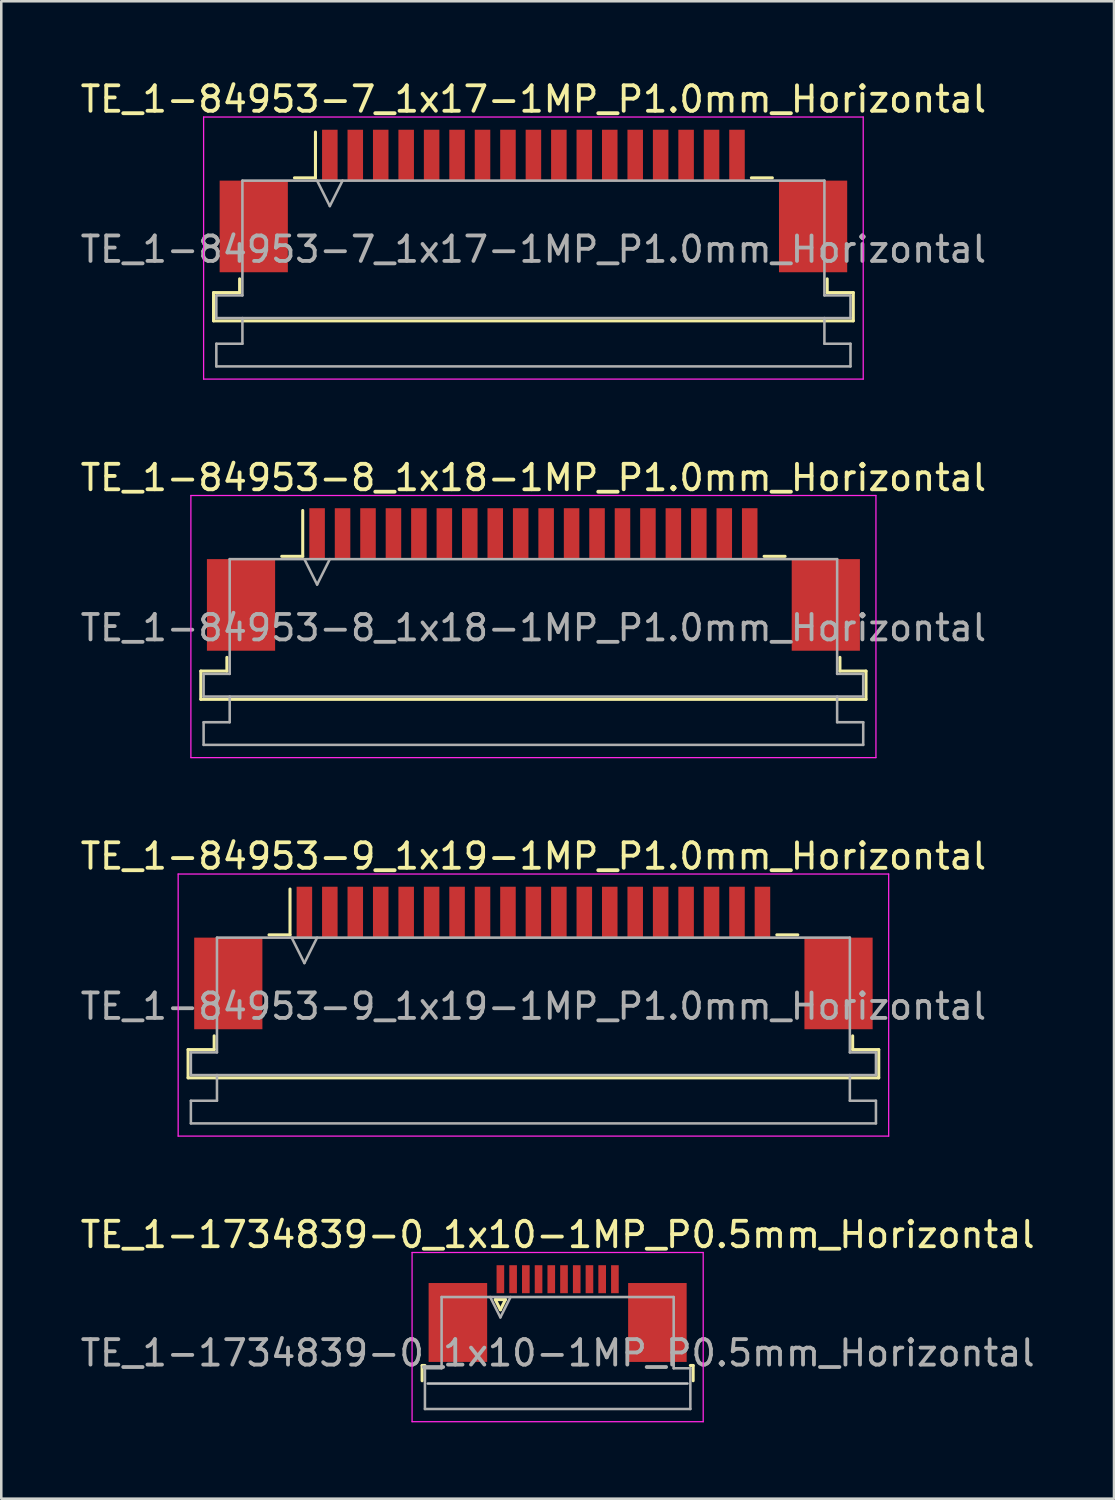
<source format=kicad_pcb>
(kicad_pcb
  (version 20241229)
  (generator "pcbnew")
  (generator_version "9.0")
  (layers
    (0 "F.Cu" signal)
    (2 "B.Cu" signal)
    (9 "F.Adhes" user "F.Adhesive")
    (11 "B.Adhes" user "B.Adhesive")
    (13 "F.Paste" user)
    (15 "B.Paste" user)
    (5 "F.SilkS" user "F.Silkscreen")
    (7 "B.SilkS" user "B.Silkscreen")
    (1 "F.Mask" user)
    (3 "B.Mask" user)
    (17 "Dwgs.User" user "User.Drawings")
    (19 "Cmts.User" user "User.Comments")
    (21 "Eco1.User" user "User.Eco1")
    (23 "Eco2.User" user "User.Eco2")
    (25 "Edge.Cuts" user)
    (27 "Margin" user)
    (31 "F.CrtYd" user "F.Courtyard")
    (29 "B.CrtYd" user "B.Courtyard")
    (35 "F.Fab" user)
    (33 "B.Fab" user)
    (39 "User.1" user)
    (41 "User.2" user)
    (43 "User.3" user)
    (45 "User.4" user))
  (footprint "TE_1-1734839-0_1x10-1MP_P0.5mm_Horizontal"
    (layer "F.Cu")
    (at 18.863 48.568)
    (property "Reference" "TE_1-1734839-0_1x10-1MP_P0.5mm_Horizontal" (at 0 -3.1 0) (layer "F.SilkS") (effects (font (size 1 1) (thickness 0.15))))
    (attr smd)
    (fp_line (start -5.325 2.04) (end -5.325 2.64) (stroke (width 0.12) (type solid)) (layer "F.SilkS"))
    (fp_line (start -5.215 2.04) (end -5.325 2.04) (stroke (width 0.12) (type solid)) (layer "F.SilkS"))
    (fp_line (start -2.45 -0.55) (end -2.25 -0.15) (stroke (width 0.12) (type solid)) (layer "F.SilkS"))
    (fp_line (start -2.25 -0.15) (end -2.05 -0.55) (stroke (width 0.12) (type solid)) (layer "F.SilkS"))
    (fp_line (start -2.05 -0.55) (end -2.45 -0.55) (stroke (width 0.12) (type solid)) (layer "F.SilkS"))
    (fp_line (start 5.215 2.04) (end 5.325 2.04) (stroke (width 0.12) (type solid)) (layer "F.SilkS"))
    (fp_line (start 5.325 2.04) (end 5.325 2.64) (stroke (width 0.12) (type solid)) (layer "F.SilkS"))
    (fp_line (start 5.105 2.75) (end -5.105 2.75) (stroke (width 0.1) (type solid)) (layer "Dwgs.User"))
    (fp_line (start -5.72 -2.4) (end -5.72 4.25) (stroke (width 0.05) (type solid)) (layer "F.CrtYd"))
    (fp_line (start -5.72 4.25) (end 5.72 4.25) (stroke (width 0.05) (type solid)) (layer "F.CrtYd"))
    (fp_line (start 5.72 -2.4) (end -5.72 -2.4) (stroke (width 0.05) (type solid)) (layer "F.CrtYd"))
    (fp_line (start 5.72 4.25) (end 5.72 -2.4) (stroke (width 0.05) (type solid)) (layer "F.CrtYd"))
    (fp_line (start -5.215 2.15) (end -4.56 2.15) (stroke (width 0.1) (type solid)) (layer "F.Fab"))
    (fp_line (start -5.215 3.75) (end -5.215 2.15) (stroke (width 0.1) (type solid)) (layer "F.Fab"))
    (fp_line (start -4.56 -0.65) (end 4.56 -0.65) (stroke (width 0.1) (type solid)) (layer "F.Fab"))
    (fp_line (start -4.56 2.15) (end -4.56 -0.65) (stroke (width 0.1) (type solid)) (layer "F.Fab"))
    (fp_line (start -2.65 -0.65) (end -2.25 0.15) (stroke (width 0.1) (type solid)) (layer "F.Fab"))
    (fp_line (start -2.25 0.15) (end -1.85 -0.65) (stroke (width 0.1) (type solid)) (layer "F.Fab"))
    (fp_line (start 4.56 -0.65) (end 4.56 2.15) (stroke (width 0.1) (type solid)) (layer "F.Fab"))
    (fp_line (start 4.56 2.15) (end 5.215 2.15) (stroke (width 0.1) (type solid)) (layer "F.Fab"))
    (fp_line (start 5.215 2.15) (end 5.215 3.75) (stroke (width 0.1) (type solid)) (layer "F.Fab"))
    (fp_line (start 5.215 3.75) (end -5.215 3.75) (stroke (width 0.1) (type solid)) (layer "F.Fab"))
    (fp_text user "${REFERENCE}" (at 0 1.55 0) (layer "F.Fab") (effects (font (size 1 1) (thickness 0.15))))
    (pad "1" smd rect (at -2.25 -1.35) (size 0.3 1.1) (layers "F.Cu" "F.Mask" "F.Paste"))
    (pad "2" smd rect (at -1.75 -1.35) (size 0.3 1.1) (layers "F.Cu" "F.Mask" "F.Paste"))
    (pad "3" smd rect (at -1.25 -1.35) (size 0.3 1.1) (layers "F.Cu" "F.Mask" "F.Paste"))
    (pad "4" smd rect (at -0.75 -1.35) (size 0.3 1.1) (layers "F.Cu" "F.Mask" "F.Paste"))
    (pad "5" smd rect (at -0.25 -1.35) (size 0.3 1.1) (layers "F.Cu" "F.Mask" "F.Paste"))
    (pad "6" smd rect (at 0.25 -1.35) (size 0.3 1.1) (layers "F.Cu" "F.Mask" "F.Paste"))
    (pad "7" smd rect (at 0.75 -1.35) (size 0.3 1.1) (layers "F.Cu" "F.Mask" "F.Paste"))
    (pad "8" smd rect (at 1.25 -1.35) (size 0.3 1.1) (layers "F.Cu" "F.Mask" "F.Paste"))
    (pad "9" smd rect (at 1.75 -1.35) (size 0.3 1.1) (layers "F.Cu" "F.Mask" "F.Paste"))
    (pad "10" smd rect (at 2.25 -1.35) (size 0.3 1.1) (layers "F.Cu" "F.Mask" "F.Paste"))
    (pad "MP" smd rect (at -3.92 0.35) (size 2.3 3.1) (layers "F.Cu" "F.Mask" "F.Paste"))
    (pad "MP" smd rect (at 3.92 0.35) (size 2.3 3.1) (layers "F.Cu" "F.Mask" "F.Paste")))
  (footprint "TE_1-84953-8_1x18-1MP_P1.0mm_Horizontal"
    (layer "F.Cu")
    (at 17.911 19.721)
    (property "Reference" "TE_1-84953-8_1x18-1MP_P1.0mm_Horizontal" (at 0 -4 0) (layer "F.SilkS") (effects (font (size 1 1) (thickness 0.15))))
    (attr smd)
    (fp_line (start -13.07 3.6) (end -12.045 3.6) (stroke (width 0.12) (type solid)) (layer "F.SilkS"))
    (fp_line (start -13.07 4.71) (end -13.07 3.6) (stroke (width 0.12) (type solid)) (layer "F.SilkS"))
    (fp_line (start -12.045 3.6) (end -12.045 3.06) (stroke (width 0.12) (type solid)) (layer "F.SilkS"))
    (fp_line (start -9.89 -0.91) (end -9.065 -0.91) (stroke (width 0.12) (type solid)) (layer "F.SilkS"))
    (fp_line (start -9.065 -0.91) (end -9.065 -2.71) (stroke (width 0.12) (type solid)) (layer "F.SilkS"))
    (fp_line (start 9.065 -0.91) (end 9.89 -0.91) (stroke (width 0.12) (type solid)) (layer "F.SilkS"))
    (fp_line (start 12.045 3.06) (end 12.045 3.6) (stroke (width 0.12) (type solid)) (layer "F.SilkS"))
    (fp_line (start 12.045 3.6) (end 13.07 3.6) (stroke (width 0.12) (type solid)) (layer "F.SilkS"))
    (fp_line (start 13.07 3.6) (end 13.07 4.71) (stroke (width 0.12) (type solid)) (layer "F.SilkS"))
    (fp_line (start 13.07 4.71) (end -13.07 4.71) (stroke (width 0.12) (type solid)) (layer "F.SilkS"))
    (fp_line (start -13.46 -3.3) (end -13.46 7) (stroke (width 0.05) (type solid)) (layer "F.CrtYd"))
    (fp_line (start -13.46 7) (end 13.46 7) (stroke (width 0.05) (type solid)) (layer "F.CrtYd"))
    (fp_line (start 13.46 -3.3) (end -13.46 -3.3) (stroke (width 0.05) (type solid)) (layer "F.CrtYd"))
    (fp_line (start 13.46 7) (end 13.46 -3.3) (stroke (width 0.05) (type solid)) (layer "F.CrtYd"))
    (fp_line (start -12.96 3.71) (end -11.935 3.71) (stroke (width 0.1) (type solid)) (layer "F.Fab"))
    (fp_line (start -12.96 4.6) (end -12.96 3.71) (stroke (width 0.1) (type solid)) (layer "F.Fab"))
    (fp_line (start -12.96 5.61) (end -11.935 5.61) (stroke (width 0.1) (type solid)) (layer "F.Fab"))
    (fp_line (start -12.96 6.5) (end -12.96 5.61) (stroke (width 0.1) (type solid)) (layer "F.Fab"))
    (fp_line (start -11.935 -0.8) (end 11.935 -0.8) (stroke (width 0.1) (type solid)) (layer "F.Fab"))
    (fp_line (start -11.935 3.71) (end -11.935 -0.8) (stroke (width 0.1) (type solid)) (layer "F.Fab"))
    (fp_line (start -11.935 5.61) (end -11.935 4.6) (stroke (width 0.1) (type solid)) (layer "F.Fab"))
    (fp_line (start -9 -0.8) (end -8.5 0.2) (stroke (width 0.1) (type solid)) (layer "F.Fab"))
    (fp_line (start -8.5 0.2) (end -8 -0.8) (stroke (width 0.1) (type solid)) (layer "F.Fab"))
    (fp_line (start 11.935 -0.8) (end 11.935 3.71) (stroke (width 0.1) (type solid)) (layer "F.Fab"))
    (fp_line (start 11.935 3.71) (end 12.96 3.71) (stroke (width 0.1) (type solid)) (layer "F.Fab"))
    (fp_line (start 11.935 4.6) (end 11.935 5.61) (stroke (width 0.1) (type solid)) (layer "F.Fab"))
    (fp_line (start 11.935 5.61) (end 12.96 5.61) (stroke (width 0.1) (type solid)) (layer "F.Fab"))
    (fp_line (start 12.96 3.71) (end 12.96 4.6) (stroke (width 0.1) (type solid)) (layer "F.Fab"))
    (fp_line (start 12.96 4.6) (end -12.96 4.6) (stroke (width 0.1) (type solid)) (layer "F.Fab"))
    (fp_line (start 12.96 5.61) (end 12.96 6.5) (stroke (width 0.1) (type solid)) (layer "F.Fab"))
    (fp_line (start 12.96 6.5) (end -12.96 6.5) (stroke (width 0.1) (type solid)) (layer "F.Fab"))
    (fp_text user "${REFERENCE}" (at 0 1.9 0) (layer "F.Fab") (effects (font (size 1 1) (thickness 0.15))))
    (pad "1" smd rect (at -8.5 -1.8) (size 0.61 2) (layers "F.Cu" "F.Mask" "F.Paste"))
    (pad "2" smd rect (at -7.5 -1.8) (size 0.61 2) (layers "F.Cu" "F.Mask" "F.Paste"))
    (pad "3" smd rect (at -6.5 -1.8) (size 0.61 2) (layers "F.Cu" "F.Mask" "F.Paste"))
    (pad "4" smd rect (at -5.5 -1.8) (size 0.61 2) (layers "F.Cu" "F.Mask" "F.Paste"))
    (pad "5" smd rect (at -4.5 -1.8) (size 0.61 2) (layers "F.Cu" "F.Mask" "F.Paste"))
    (pad "6" smd rect (at -3.5 -1.8) (size 0.61 2) (layers "F.Cu" "F.Mask" "F.Paste"))
    (pad "7" smd rect (at -2.5 -1.8) (size 0.61 2) (layers "F.Cu" "F.Mask" "F.Paste"))
    (pad "8" smd rect (at -1.5 -1.8) (size 0.61 2) (layers "F.Cu" "F.Mask" "F.Paste"))
    (pad "9" smd rect (at -0.5 -1.8) (size 0.61 2) (layers "F.Cu" "F.Mask" "F.Paste"))
    (pad "10" smd rect (at 0.5 -1.8) (size 0.61 2) (layers "F.Cu" "F.Mask" "F.Paste"))
    (pad "11" smd rect (at 1.5 -1.8) (size 0.61 2) (layers "F.Cu" "F.Mask" "F.Paste"))
    (pad "12" smd rect (at 2.5 -1.8) (size 0.61 2) (layers "F.Cu" "F.Mask" "F.Paste"))
    (pad "13" smd rect (at 3.5 -1.8) (size 0.61 2) (layers "F.Cu" "F.Mask" "F.Paste"))
    (pad "14" smd rect (at 4.5 -1.8) (size 0.61 2) (layers "F.Cu" "F.Mask" "F.Paste"))
    (pad "15" smd rect (at 5.5 -1.8) (size 0.61 2) (layers "F.Cu" "F.Mask" "F.Paste"))
    (pad "16" smd rect (at 6.5 -1.8) (size 0.61 2) (layers "F.Cu" "F.Mask" "F.Paste"))
    (pad "17" smd rect (at 7.5 -1.8) (size 0.61 2) (layers "F.Cu" "F.Mask" "F.Paste"))
    (pad "18" smd rect (at 8.5 -1.8) (size 0.61 2) (layers "F.Cu" "F.Mask" "F.Paste"))
    (pad "MP" smd rect (at -11.49 1) (size 2.68 3.6) (layers "F.Cu" "F.Mask" "F.Paste"))
    (pad "MP" smd rect (at 11.49 1) (size 2.68 3.6) (layers "F.Cu" "F.Mask" "F.Paste")))
  (footprint "TE_1-84953-7_1x17-1MP_P1.0mm_Horizontal"
    (layer "F.Cu")
    (at 17.911 4.848)
    (property "Reference" "TE_1-84953-7_1x17-1MP_P1.0mm_Horizontal" (at 0 -4 0) (layer "F.SilkS") (effects (font (size 1 1) (thickness 0.15))))
    (attr smd)
    (fp_line (start -12.57 3.6) (end -11.545 3.6) (stroke (width 0.12) (type solid)) (layer "F.SilkS"))
    (fp_line (start -12.57 4.71) (end -12.57 3.6) (stroke (width 0.12) (type solid)) (layer "F.SilkS"))
    (fp_line (start -11.545 3.6) (end -11.545 3.06) (stroke (width 0.12) (type solid)) (layer "F.SilkS"))
    (fp_line (start -9.39 -0.91) (end -8.565 -0.91) (stroke (width 0.12) (type solid)) (layer "F.SilkS"))
    (fp_line (start -8.565 -0.91) (end -8.565 -2.71) (stroke (width 0.12) (type solid)) (layer "F.SilkS"))
    (fp_line (start 8.565 -0.91) (end 9.39 -0.91) (stroke (width 0.12) (type solid)) (layer "F.SilkS"))
    (fp_line (start 11.545 3.06) (end 11.545 3.6) (stroke (width 0.12) (type solid)) (layer "F.SilkS"))
    (fp_line (start 11.545 3.6) (end 12.57 3.6) (stroke (width 0.12) (type solid)) (layer "F.SilkS"))
    (fp_line (start 12.57 3.6) (end 12.57 4.71) (stroke (width 0.12) (type solid)) (layer "F.SilkS"))
    (fp_line (start 12.57 4.71) (end -12.57 4.71) (stroke (width 0.12) (type solid)) (layer "F.SilkS"))
    (fp_line (start -12.96 -3.3) (end -12.96 7) (stroke (width 0.05) (type solid)) (layer "F.CrtYd"))
    (fp_line (start -12.96 7) (end 12.96 7) (stroke (width 0.05) (type solid)) (layer "F.CrtYd"))
    (fp_line (start 12.96 -3.3) (end -12.96 -3.3) (stroke (width 0.05) (type solid)) (layer "F.CrtYd"))
    (fp_line (start 12.96 7) (end 12.96 -3.3) (stroke (width 0.05) (type solid)) (layer "F.CrtYd"))
    (fp_line (start -12.46 3.71) (end -11.435 3.71) (stroke (width 0.1) (type solid)) (layer "F.Fab"))
    (fp_line (start -12.46 4.6) (end -12.46 3.71) (stroke (width 0.1) (type solid)) (layer "F.Fab"))
    (fp_line (start -12.46 5.61) (end -11.435 5.61) (stroke (width 0.1) (type solid)) (layer "F.Fab"))
    (fp_line (start -12.46 6.5) (end -12.46 5.61) (stroke (width 0.1) (type solid)) (layer "F.Fab"))
    (fp_line (start -11.435 -0.8) (end 11.435 -0.8) (stroke (width 0.1) (type solid)) (layer "F.Fab"))
    (fp_line (start -11.435 3.71) (end -11.435 -0.8) (stroke (width 0.1) (type solid)) (layer "F.Fab"))
    (fp_line (start -11.435 5.61) (end -11.435 4.6) (stroke (width 0.1) (type solid)) (layer "F.Fab"))
    (fp_line (start -8.5 -0.8) (end -8 0.2) (stroke (width 0.1) (type solid)) (layer "F.Fab"))
    (fp_line (start -8 0.2) (end -7.5 -0.8) (stroke (width 0.1) (type solid)) (layer "F.Fab"))
    (fp_line (start 11.435 -0.8) (end 11.435 3.71) (stroke (width 0.1) (type solid)) (layer "F.Fab"))
    (fp_line (start 11.435 3.71) (end 12.46 3.71) (stroke (width 0.1) (type solid)) (layer "F.Fab"))
    (fp_line (start 11.435 4.6) (end 11.435 5.61) (stroke (width 0.1) (type solid)) (layer "F.Fab"))
    (fp_line (start 11.435 5.61) (end 12.46 5.61) (stroke (width 0.1) (type solid)) (layer "F.Fab"))
    (fp_line (start 12.46 3.71) (end 12.46 4.6) (stroke (width 0.1) (type solid)) (layer "F.Fab"))
    (fp_line (start 12.46 4.6) (end -12.46 4.6) (stroke (width 0.1) (type solid)) (layer "F.Fab"))
    (fp_line (start 12.46 5.61) (end 12.46 6.5) (stroke (width 0.1) (type solid)) (layer "F.Fab"))
    (fp_line (start 12.46 6.5) (end -12.46 6.5) (stroke (width 0.1) (type solid)) (layer "F.Fab"))
    (fp_text user "${REFERENCE}" (at 0 1.9 0) (layer "F.Fab") (effects (font (size 1 1) (thickness 0.15))))
    (pad "1" smd rect (at -8 -1.8) (size 0.61 2) (layers "F.Cu" "F.Mask" "F.Paste"))
    (pad "2" smd rect (at -7 -1.8) (size 0.61 2) (layers "F.Cu" "F.Mask" "F.Paste"))
    (pad "3" smd rect (at -6 -1.8) (size 0.61 2) (layers "F.Cu" "F.Mask" "F.Paste"))
    (pad "4" smd rect (at -5 -1.8) (size 0.61 2) (layers "F.Cu" "F.Mask" "F.Paste"))
    (pad "5" smd rect (at -4 -1.8) (size 0.61 2) (layers "F.Cu" "F.Mask" "F.Paste"))
    (pad "6" smd rect (at -3 -1.8) (size 0.61 2) (layers "F.Cu" "F.Mask" "F.Paste"))
    (pad "7" smd rect (at -2 -1.8) (size 0.61 2) (layers "F.Cu" "F.Mask" "F.Paste"))
    (pad "8" smd rect (at -1 -1.8) (size 0.61 2) (layers "F.Cu" "F.Mask" "F.Paste"))
    (pad "9" smd rect (at 0 -1.8) (size 0.61 2) (layers "F.Cu" "F.Mask" "F.Paste"))
    (pad "10" smd rect (at 1 -1.8) (size 0.61 2) (layers "F.Cu" "F.Mask" "F.Paste"))
    (pad "11" smd rect (at 2 -1.8) (size 0.61 2) (layers "F.Cu" "F.Mask" "F.Paste"))
    (pad "12" smd rect (at 3 -1.8) (size 0.61 2) (layers "F.Cu" "F.Mask" "F.Paste"))
    (pad "13" smd rect (at 4 -1.8) (size 0.61 2) (layers "F.Cu" "F.Mask" "F.Paste"))
    (pad "14" smd rect (at 5 -1.8) (size 0.61 2) (layers "F.Cu" "F.Mask" "F.Paste"))
    (pad "15" smd rect (at 6 -1.8) (size 0.61 2) (layers "F.Cu" "F.Mask" "F.Paste"))
    (pad "16" smd rect (at 7 -1.8) (size 0.61 2) (layers "F.Cu" "F.Mask" "F.Paste"))
    (pad "17" smd rect (at 8 -1.8) (size 0.61 2) (layers "F.Cu" "F.Mask" "F.Paste"))
    (pad "MP" smd rect (at -10.99 1) (size 2.68 3.6) (layers "F.Cu" "F.Mask" "F.Paste"))
    (pad "MP" smd rect (at 10.99 1) (size 2.68 3.6) (layers "F.Cu" "F.Mask" "F.Paste")))
  (footprint "TE_1-84953-9_1x19-1MP_P1.0mm_Horizontal"
    (layer "F.Cu")
    (at 17.911 34.595)
    (property "Reference" "TE_1-84953-9_1x19-1MP_P1.0mm_Horizontal" (at 0 -4 0) (layer "F.SilkS") (effects (font (size 1 1) (thickness 0.15))))
    (attr smd)
    (fp_line (start -13.57 3.6) (end -12.545 3.6) (stroke (width 0.12) (type solid)) (layer "F.SilkS"))
    (fp_line (start -13.57 4.71) (end -13.57 3.6) (stroke (width 0.12) (type solid)) (layer "F.SilkS"))
    (fp_line (start -12.545 3.6) (end -12.545 3.06) (stroke (width 0.12) (type solid)) (layer "F.SilkS"))
    (fp_line (start -10.39 -0.91) (end -9.565 -0.91) (stroke (width 0.12) (type solid)) (layer "F.SilkS"))
    (fp_line (start -9.565 -0.91) (end -9.565 -2.71) (stroke (width 0.12) (type solid)) (layer "F.SilkS"))
    (fp_line (start 9.565 -0.91) (end 10.39 -0.91) (stroke (width 0.12) (type solid)) (layer "F.SilkS"))
    (fp_line (start 12.545 3.06) (end 12.545 3.6) (stroke (width 0.12) (type solid)) (layer "F.SilkS"))
    (fp_line (start 12.545 3.6) (end 13.57 3.6) (stroke (width 0.12) (type solid)) (layer "F.SilkS"))
    (fp_line (start 13.57 3.6) (end 13.57 4.71) (stroke (width 0.12) (type solid)) (layer "F.SilkS"))
    (fp_line (start 13.57 4.71) (end -13.57 4.71) (stroke (width 0.12) (type solid)) (layer "F.SilkS"))
    (fp_line (start -13.96 -3.3) (end -13.96 7) (stroke (width 0.05) (type solid)) (layer "F.CrtYd"))
    (fp_line (start -13.96 7) (end 13.96 7) (stroke (width 0.05) (type solid)) (layer "F.CrtYd"))
    (fp_line (start 13.96 -3.3) (end -13.96 -3.3) (stroke (width 0.05) (type solid)) (layer "F.CrtYd"))
    (fp_line (start 13.96 7) (end 13.96 -3.3) (stroke (width 0.05) (type solid)) (layer "F.CrtYd"))
    (fp_line (start -13.46 3.71) (end -12.435 3.71) (stroke (width 0.1) (type solid)) (layer "F.Fab"))
    (fp_line (start -13.46 4.6) (end -13.46 3.71) (stroke (width 0.1) (type solid)) (layer "F.Fab"))
    (fp_line (start -13.46 5.61) (end -12.435 5.61) (stroke (width 0.1) (type solid)) (layer "F.Fab"))
    (fp_line (start -13.46 6.5) (end -13.46 5.61) (stroke (width 0.1) (type solid)) (layer "F.Fab"))
    (fp_line (start -12.435 -0.8) (end 12.435 -0.8) (stroke (width 0.1) (type solid)) (layer "F.Fab"))
    (fp_line (start -12.435 3.71) (end -12.435 -0.8) (stroke (width 0.1) (type solid)) (layer "F.Fab"))
    (fp_line (start -12.435 5.61) (end -12.435 4.6) (stroke (width 0.1) (type solid)) (layer "F.Fab"))
    (fp_line (start -9.5 -0.8) (end -9 0.2) (stroke (width 0.1) (type solid)) (layer "F.Fab"))
    (fp_line (start -9 0.2) (end -8.5 -0.8) (stroke (width 0.1) (type solid)) (layer "F.Fab"))
    (fp_line (start 12.435 -0.8) (end 12.435 3.71) (stroke (width 0.1) (type solid)) (layer "F.Fab"))
    (fp_line (start 12.435 3.71) (end 13.46 3.71) (stroke (width 0.1) (type solid)) (layer "F.Fab"))
    (fp_line (start 12.435 4.6) (end 12.435 5.61) (stroke (width 0.1) (type solid)) (layer "F.Fab"))
    (fp_line (start 12.435 5.61) (end 13.46 5.61) (stroke (width 0.1) (type solid)) (layer "F.Fab"))
    (fp_line (start 13.46 3.71) (end 13.46 4.6) (stroke (width 0.1) (type solid)) (layer "F.Fab"))
    (fp_line (start 13.46 4.6) (end -13.46 4.6) (stroke (width 0.1) (type solid)) (layer "F.Fab"))
    (fp_line (start 13.46 5.61) (end 13.46 6.5) (stroke (width 0.1) (type solid)) (layer "F.Fab"))
    (fp_line (start 13.46 6.5) (end -13.46 6.5) (stroke (width 0.1) (type solid)) (layer "F.Fab"))
    (fp_text user "${REFERENCE}" (at 0 1.9 0) (layer "F.Fab") (effects (font (size 1 1) (thickness 0.15))))
    (pad "1" smd rect (at -9 -1.8) (size 0.61 2) (layers "F.Cu" "F.Mask" "F.Paste"))
    (pad "2" smd rect (at -8 -1.8) (size 0.61 2) (layers "F.Cu" "F.Mask" "F.Paste"))
    (pad "3" smd rect (at -7 -1.8) (size 0.61 2) (layers "F.Cu" "F.Mask" "F.Paste"))
    (pad "4" smd rect (at -6 -1.8) (size 0.61 2) (layers "F.Cu" "F.Mask" "F.Paste"))
    (pad "5" smd rect (at -5 -1.8) (size 0.61 2) (layers "F.Cu" "F.Mask" "F.Paste"))
    (pad "6" smd rect (at -4 -1.8) (size 0.61 2) (layers "F.Cu" "F.Mask" "F.Paste"))
    (pad "7" smd rect (at -3 -1.8) (size 0.61 2) (layers "F.Cu" "F.Mask" "F.Paste"))
    (pad "8" smd rect (at -2 -1.8) (size 0.61 2) (layers "F.Cu" "F.Mask" "F.Paste"))
    (pad "9" smd rect (at -1 -1.8) (size 0.61 2) (layers "F.Cu" "F.Mask" "F.Paste"))
    (pad "10" smd rect (at 0 -1.8) (size 0.61 2) (layers "F.Cu" "F.Mask" "F.Paste"))
    (pad "11" smd rect (at 1 -1.8) (size 0.61 2) (layers "F.Cu" "F.Mask" "F.Paste"))
    (pad "12" smd rect (at 2 -1.8) (size 0.61 2) (layers "F.Cu" "F.Mask" "F.Paste"))
    (pad "13" smd rect (at 3 -1.8) (size 0.61 2) (layers "F.Cu" "F.Mask" "F.Paste"))
    (pad "14" smd rect (at 4 -1.8) (size 0.61 2) (layers "F.Cu" "F.Mask" "F.Paste"))
    (pad "15" smd rect (at 5 -1.8) (size 0.61 2) (layers "F.Cu" "F.Mask" "F.Paste"))
    (pad "16" smd rect (at 6 -1.8) (size 0.61 2) (layers "F.Cu" "F.Mask" "F.Paste"))
    (pad "17" smd rect (at 7 -1.8) (size 0.61 2) (layers "F.Cu" "F.Mask" "F.Paste"))
    (pad "18" smd rect (at 8 -1.8) (size 0.61 2) (layers "F.Cu" "F.Mask" "F.Paste"))
    (pad "19" smd rect (at 9 -1.8) (size 0.61 2) (layers "F.Cu" "F.Mask" "F.Paste"))
    (pad "MP" smd rect (at -11.99 1) (size 2.68 3.6) (layers "F.Cu" "F.Mask" "F.Paste"))
    (pad "MP" smd rect (at 11.99 1) (size 2.68 3.6) (layers "F.Cu" "F.Mask" "F.Paste")))
  (gr_rect
    (start -3 -3)
    (end 40.726 55.843)
    (stroke (width 0.1) (type default))
    (fill no)
    (layer "Edge.Cuts")))
</source>
